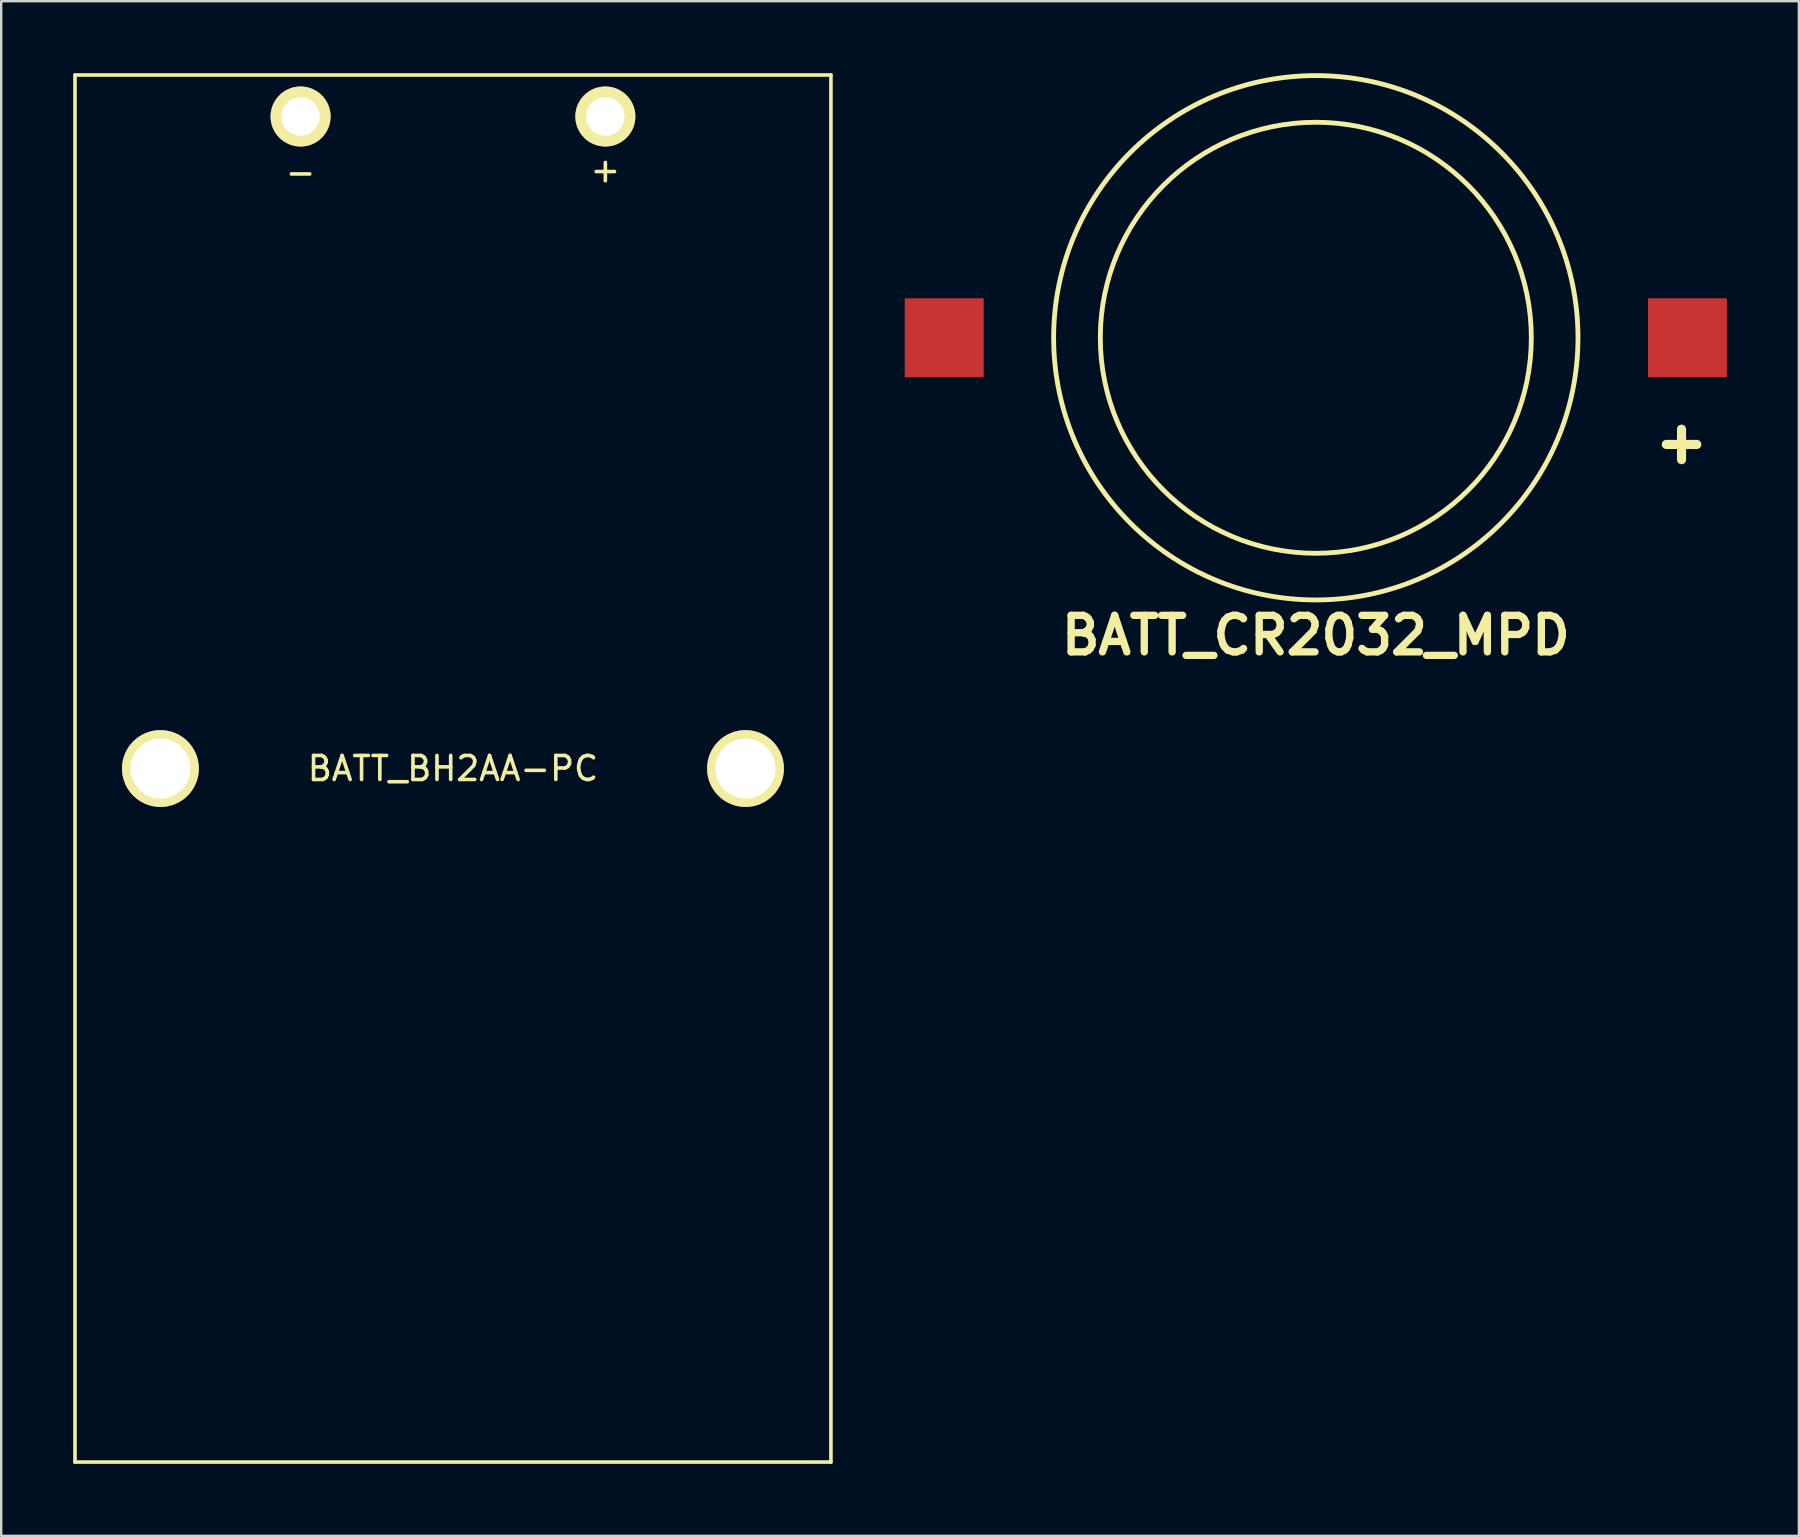
<source format=kicad_pcb>
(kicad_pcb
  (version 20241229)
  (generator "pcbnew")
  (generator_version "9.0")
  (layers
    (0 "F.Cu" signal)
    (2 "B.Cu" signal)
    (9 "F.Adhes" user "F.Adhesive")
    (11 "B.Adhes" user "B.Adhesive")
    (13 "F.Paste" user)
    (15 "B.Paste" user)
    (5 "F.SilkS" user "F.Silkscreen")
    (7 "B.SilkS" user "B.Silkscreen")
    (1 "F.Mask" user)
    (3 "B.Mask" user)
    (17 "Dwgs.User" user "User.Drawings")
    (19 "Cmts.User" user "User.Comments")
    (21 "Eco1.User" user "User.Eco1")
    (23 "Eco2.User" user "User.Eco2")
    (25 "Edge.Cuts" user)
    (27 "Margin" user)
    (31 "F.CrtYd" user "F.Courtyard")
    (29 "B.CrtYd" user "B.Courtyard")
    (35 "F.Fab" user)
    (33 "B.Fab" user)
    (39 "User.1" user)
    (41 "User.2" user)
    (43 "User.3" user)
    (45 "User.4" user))
  (footprint "BATT_BH2AA-PC"
    (layer "F.Cu")
    (at 15.825 28.975)
    (property "Reference" "BATT_BH2AA-PC" (at 0 0 0) (layer "F.SilkS") (effects (font (size 1 1) (thickness 0.15))))
    (attr through_hole)
    (fp_line (start -15.75 -28.9) (end 15.75 -28.9) (stroke (width 0.15) (type solid)) (layer "F.SilkS"))
    (fp_line (start -15.75 28.9) (end -15.75 -28.9) (stroke (width 0.15) (type solid)) (layer "F.SilkS"))
    (fp_line (start -15.75 28.9) (end 15.75 28.9) (stroke (width 0.15) (type solid)) (layer "F.SilkS"))
    (fp_line (start 15.75 -28.9) (end 15.75 28.9) (stroke (width 0.15) (type solid)) (layer "F.SilkS"))
    (fp_text user "-" (at -6.35 -24.85 0) (layer "F.SilkS") (effects (font (size 1 1) (thickness 0.15))))
    (fp_text user "+" (at 6.35 -24.95 0) (layer "F.SilkS") (effects (font (size 1 1) (thickness 0.15))))
    (pad "" thru_hole circle (at -12.19 0) (size 3.2 3.2) (drill 2.5) (layers "*.Cu" "*.Mask" "F.SilkS"))
    (pad "" thru_hole circle (at 12.19 0) (size 3.2 3.2) (drill 2.5) (layers "*.Cu" "*.Mask" "F.SilkS"))
    (pad "1" thru_hole circle (at 6.35 -27.17) (size 2.5 2.5) (drill 1.6) (layers "*.Cu" "*.Mask" "F.SilkS"))
    (pad "2" thru_hole circle (at -6.35 -27.17) (size 2.5 2.5) (drill 1.6) (layers "*.Cu" "*.Mask" "F.SilkS")))
  (footprint "BATT_CR2032_MPD"
    (layer "F.Cu")
    (at 51.78 11.025)
    (property "Reference" "BATT_CR2032_MPD" (at 0 12.4 0) (layer "F.SilkS") (effects (font (size 1.524 1.524) (thickness 0.305))))
    (attr through_hole)
    (fp_line (start 14.605 4.445) (end 15.875 4.445) (stroke (width 0.381) (type solid)) (layer "F.SilkS"))
    (fp_line (start 15.24 3.81) (end 15.24 5.08) (stroke (width 0.381) (type solid)) (layer "F.SilkS"))
    (fp_circle (center 0 0) (end -1.27 -8.89) (stroke (width 0.201) (type solid)) (fill no) (layer "F.SilkS"))
    (fp_circle (center 0 0) (end 6.35 8.89) (stroke (width 0.201) (type solid)) (fill no) (layer "F.SilkS"))
    (pad "1" smd rect (at 15.485 0) (size 3.29 3.29) (layers "F.Cu" "F.Mask" "F.Paste"))
    (pad "2" smd rect (at -15.485 0) (size 3.29 3.29) (layers "F.Cu" "F.Mask" "F.Paste")))
  (gr_rect
    (start -3 -3)
    (end 71.91 60.95)
    (stroke (width 0.1) (type default))
    (fill no)
    (layer "Edge.Cuts")))
</source>
